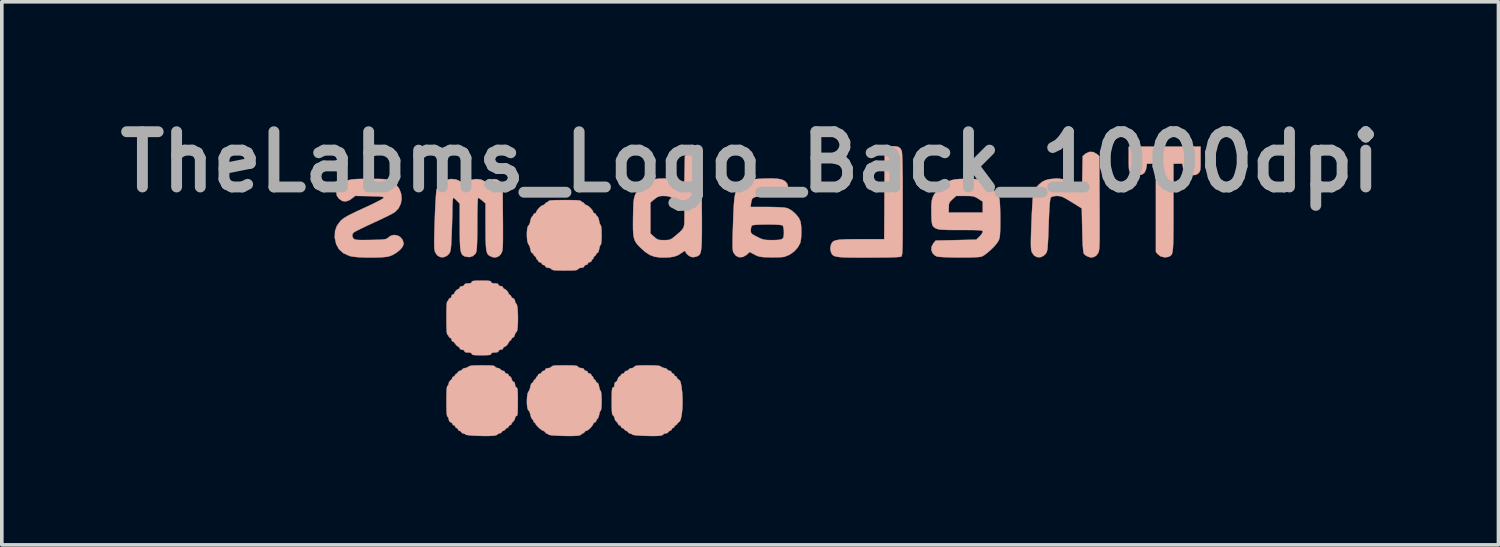
<source format=kicad_pcb>
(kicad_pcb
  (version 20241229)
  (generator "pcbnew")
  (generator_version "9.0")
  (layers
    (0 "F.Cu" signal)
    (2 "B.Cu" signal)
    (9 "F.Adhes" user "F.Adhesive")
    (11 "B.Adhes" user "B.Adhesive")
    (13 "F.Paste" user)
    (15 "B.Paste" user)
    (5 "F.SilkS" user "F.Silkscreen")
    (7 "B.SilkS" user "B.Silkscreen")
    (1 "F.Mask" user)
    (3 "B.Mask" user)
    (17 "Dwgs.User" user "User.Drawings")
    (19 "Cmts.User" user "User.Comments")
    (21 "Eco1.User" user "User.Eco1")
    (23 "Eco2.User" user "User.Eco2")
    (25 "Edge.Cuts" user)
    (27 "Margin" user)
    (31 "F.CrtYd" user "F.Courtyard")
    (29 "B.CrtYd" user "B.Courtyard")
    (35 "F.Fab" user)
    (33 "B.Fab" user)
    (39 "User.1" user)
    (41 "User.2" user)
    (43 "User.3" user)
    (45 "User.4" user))
  (footprint "TheLabms_Logo_Back_1000dpi"
    (layer "F.Cu")
    (at 17.642 3.018)
    (property "Reference" "TheLabms_Logo_Back_1000dpi" (at 0 -1.6 0) (layer "F.Fab") (effects (font (size 1.524 1.524) (thickness 0.3))))
    (attr through_hole)
    (fp_poly (pts (xy 10.444 -1.687) (xy 10.445 -1.549) (xy 10.447 -1.453) (xy 10.453 -1.388) (xy 10.464 -1.346) (xy 10.481 -1.316) (xy 10.502 -1.293) (xy 10.557 -1.254) (xy 10.631 -1.237) (xy 10.683 -1.235) (xy 10.795 -1.249) (xy 10.871 -1.296) (xy 10.915 -1.379) (xy 10.928 -1.441) (xy 10.945 -1.553) (xy 11.193 -1.553) (xy 11.193 0.883) (xy 11.251 0.949) (xy 11.328 1.004) (xy 11.427 1.029) (xy 11.525 1.02) (xy 11.54 1.014) (xy 11.57 1.001) (xy 11.596 0.986) (xy 11.617 0.966) (xy 11.634 0.936) (xy 11.647 0.891) (xy 11.657 0.828) (xy 11.665 0.743) (xy 11.67 0.63) (xy 11.673 0.486) (xy 11.675 0.306) (xy 11.676 0.086) (xy 11.676 -0.178) (xy 11.676 -0.339) (xy 11.676 -1.553) (xy 11.924 -1.553) (xy 11.941 -1.441) (xy 11.972 -1.335) (xy 12.029 -1.27) (xy 12.121 -1.239) (xy 12.186 -1.235) (xy 12.277 -1.243) (xy 12.34 -1.269) (xy 12.367 -1.293) (xy 12.391 -1.32) (xy 12.407 -1.35) (xy 12.417 -1.395) (xy 12.423 -1.463) (xy 12.425 -1.564) (xy 12.425 -1.687) (xy 12.425 -2.022) (xy 10.444 -2.022) (xy 10.444 -1.687)) (stroke (width 0.01) (type solid)) (fill yes) (layer "B.SilkS"))
    (fp_poly (pts (xy 3.862 -2.027) (xy 3.801 -1.995) (xy 3.775 -1.97) (xy 3.713 -1.904) (xy 3.706 -0.687) (xy 3.699 0.53) (xy 3.064 0.53) (xy 2.843 0.531) (xy 2.667 0.533) (xy 2.531 0.539) (xy 2.428 0.549) (xy 2.354 0.564) (xy 2.302 0.585) (xy 2.267 0.614) (xy 2.244 0.651) (xy 2.228 0.693) (xy 2.211 0.781) (xy 2.225 0.867) (xy 2.228 0.876) (xy 2.243 0.917) (xy 2.263 0.95) (xy 2.291 0.977) (xy 2.334 0.998) (xy 2.395 1.013) (xy 2.481 1.024) (xy 2.595 1.031) (xy 2.743 1.035) (xy 2.93 1.037) (xy 3.161 1.037) (xy 3.274 1.037) (xy 3.52 1.036) (xy 3.731 1.034) (xy 3.904 1.03) (xy 4.036 1.025) (xy 4.123 1.018) (xy 4.164 1.011) (xy 4.164 1.011) (xy 4.174 1.003) (xy 4.182 0.987) (xy 4.188 0.961) (xy 4.194 0.92) (xy 4.198 0.86) (xy 4.202 0.777) (xy 4.204 0.667) (xy 4.206 0.527) (xy 4.207 0.351) (xy 4.208 0.136) (xy 4.208 -0.121) (xy 4.208 -0.42) (xy 4.208 -0.773) (xy 4.207 -1.077) (xy 4.204 -1.332) (xy 4.201 -1.539) (xy 4.196 -1.699) (xy 4.191 -1.814) (xy 4.185 -1.884) (xy 4.18 -1.905) (xy 4.142 -1.977) (xy 4.081 -2.018) (xy 3.988 -2.034) (xy 3.948 -2.035) (xy 3.862 -2.027)) (stroke (width 0.01) (type solid)) (fill yes) (layer "B.SilkS"))
    (fp_poly (pts (xy 9.264 -1.836) (xy 9.245 -1.822) (xy 9.174 -1.76) (xy 9.166 -1.314) (xy 9.157 -0.867) (xy 9.051 -0.94) (xy 8.852 -1.055) (xy 8.656 -1.123) (xy 8.458 -1.146) (xy 8.248 -1.124) (xy 8.237 -1.121) (xy 8.136 -1.093) (xy 8.054 -1.05) (xy 7.968 -0.979) (xy 7.964 -0.975) (xy 7.882 -0.886) (xy 7.827 -0.8) (xy 7.815 -0.768) (xy 7.807 -0.72) (xy 7.799 -0.627) (xy 7.789 -0.499) (xy 7.78 -0.343) (xy 7.771 -0.165) (xy 7.763 0.027) (xy 7.761 0.061) (xy 7.753 0.278) (xy 7.748 0.451) (xy 7.745 0.585) (xy 7.745 0.686) (xy 7.748 0.761) (xy 7.753 0.816) (xy 7.761 0.857) (xy 7.772 0.89) (xy 7.773 0.893) (xy 7.831 0.978) (xy 7.911 1.023) (xy 8.002 1.028) (xy 8.091 0.991) (xy 8.155 0.929) (xy 8.171 0.905) (xy 8.183 0.876) (xy 8.194 0.835) (xy 8.202 0.777) (xy 8.209 0.695) (xy 8.216 0.583) (xy 8.223 0.436) (xy 8.23 0.247) (xy 8.234 0.139) (xy 8.243 -0.088) (xy 8.251 -0.269) (xy 8.26 -0.407) (xy 8.269 -0.508) (xy 8.279 -0.575) (xy 8.29 -0.613) (xy 8.295 -0.622) (xy 8.344 -0.651) (xy 8.433 -0.663) (xy 8.461 -0.664) (xy 8.521 -0.661) (xy 8.575 -0.651) (xy 8.635 -0.628) (xy 8.712 -0.588) (xy 8.815 -0.526) (xy 8.871 -0.492) (xy 9.149 -0.32) (xy 9.161 0.277) (xy 9.168 0.505) (xy 9.175 0.683) (xy 9.185 0.813) (xy 9.196 0.896) (xy 9.205 0.928) (xy 9.251 0.974) (xy 9.317 1.01) (xy 9.317 1.01) (xy 9.375 1.029) (xy 9.414 1.034) (xy 9.462 1.024) (xy 9.492 1.016) (xy 9.549 0.979) (xy 9.599 0.912) (xy 9.6 0.91) (xy 9.61 0.888) (xy 9.618 0.859) (xy 9.625 0.821) (xy 9.631 0.768) (xy 9.635 0.696) (xy 9.638 0.602) (xy 9.639 0.479) (xy 9.64 0.325) (xy 9.64 0.135) (xy 9.64 -0.096) (xy 9.638 -0.372) (xy 9.638 -0.469) (xy 9.631 -1.76) (xy 9.56 -1.822) (xy 9.465 -1.874) (xy 9.362 -1.879) (xy 9.264 -1.836)) (stroke (width 0.01) (type solid)) (fill yes) (layer "B.SilkS"))
    (fp_poly (pts (xy -1.709 -1.836) (xy -1.727 -1.822) (xy -1.799 -1.76) (xy -1.807 -1.365) (xy -1.816 -0.969) (xy -1.896 -1.03) (xy -1.994 -1.087) (xy -2.112 -1.123) (xy -2.261 -1.141) (xy -2.396 -1.144) (xy -2.535 -1.139) (xy -2.642 -1.123) (xy -2.735 -1.089) (xy -2.829 -1.032) (xy -2.941 -0.945) (xy -2.95 -0.938) (xy -3.035 -0.866) (xy -3.1 -0.803) (xy -3.148 -0.74) (xy -3.181 -0.669) (xy -3.204 -0.582) (xy -3.217 -0.47) (xy -3.224 -0.325) (xy -3.228 -0.139) (xy -3.229 -0.105) (xy -3.231 0.098) (xy -3.23 0.258) (xy -3.223 0.382) (xy -3.208 0.48) (xy -3.184 0.558) (xy -3.149 0.624) (xy -3.101 0.686) (xy -3.037 0.752) (xy -3.02 0.769) (xy -2.887 0.886) (xy -2.765 0.965) (xy -2.639 1.012) (xy -2.493 1.034) (xy -2.383 1.037) (xy -2.221 1.03) (xy -2.095 1.009) (xy -1.99 0.971) (xy -1.892 0.909) (xy -1.879 0.9) (xy -1.819 0.859) (xy -1.79 0.854) (xy -1.786 0.866) (xy -1.765 0.915) (xy -1.713 0.968) (xy -1.647 1.01) (xy -1.608 1.023) (xy -1.541 1.023) (xy -1.466 1.002) (xy -1.464 1.002) (xy -1.434 0.987) (xy -1.409 0.969) (xy -1.388 0.944) (xy -1.371 0.908) (xy -1.358 0.856) (xy -1.348 0.784) (xy -1.34 0.689) (xy -1.335 0.566) (xy -1.332 0.411) (xy -1.331 0.22) (xy -1.331 -0.01) (xy -1.333 -0.285) (xy -1.333 -0.316) (xy -1.811 -0.316) (xy -1.811 -0.059) (xy -1.812 0.059) (xy -1.819 0.144) (xy -1.838 0.21) (xy -1.875 0.268) (xy -1.937 0.331) (xy -2.029 0.41) (xy -2.064 0.44) (xy -2.139 0.501) (xy -2.195 0.535) (xy -2.252 0.551) (xy -2.33 0.555) (xy -2.375 0.556) (xy -2.47 0.554) (xy -2.533 0.544) (xy -2.583 0.519) (xy -2.638 0.474) (xy -2.65 0.464) (xy -2.751 0.372) (xy -2.751 -0.482) (xy -2.641 -0.573) (xy -2.57 -0.626) (xy -2.51 -0.653) (xy -2.437 -0.663) (xy -2.38 -0.664) (xy -2.289 -0.659) (xy -2.213 -0.641) (xy -2.138 -0.603) (xy -2.054 -0.54) (xy -1.949 -0.445) (xy -1.945 -0.441) (xy -1.811 -0.316) (xy -1.333 -0.316) (xy -1.334 -0.494) (xy -1.341 -1.76) (xy -1.413 -1.822) (xy -1.508 -1.874) (xy -1.611 -1.879) (xy -1.709 -1.836)) (stroke (width 0.01) (type solid)) (fill yes) (layer "B.SilkS"))
    (fp_poly (pts (xy 5.788 -1.131) (xy 5.653 -1.119) (xy 5.545 -1.095) (xy 5.451 -1.054) (xy 5.36 -0.991) (xy 5.258 -0.902) (xy 5.219 -0.864) (xy 5.135 -0.778) (xy 5.074 -0.701) (xy 5.035 -0.622) (xy 5.011 -0.53) (xy 5 -0.412) (xy 4.998 -0.257) (xy 4.998 -0.219) (xy 5.001 -0.068) (xy 5.008 0.041) (xy 5.021 0.117) (xy 5.042 0.168) (xy 5.075 0.203) (xy 5.122 0.231) (xy 5.124 0.232) (xy 5.158 0.246) (xy 5.2 0.257) (xy 5.259 0.265) (xy 5.339 0.27) (xy 5.449 0.274) (xy 5.594 0.276) (xy 5.783 0.276) (xy 5.815 0.276) (xy 6.005 0.276) (xy 6.151 0.277) (xy 6.258 0.28) (xy 6.332 0.283) (xy 6.379 0.289) (xy 6.405 0.298) (xy 6.416 0.309) (xy 6.418 0.322) (xy 6.401 0.366) (xy 6.357 0.425) (xy 6.328 0.455) (xy 6.238 0.543) (xy 5.118 0.568) (xy 5.057 0.64) (xy 5.007 0.731) (xy 5 0.827) (xy 5.033 0.915) (xy 5.102 0.983) (xy 5.149 1.005) (xy 5.203 1.015) (xy 5.298 1.022) (xy 5.424 1.028) (xy 5.572 1.032) (xy 5.732 1.034) (xy 5.894 1.035) (xy 6.048 1.033) (xy 6.184 1.029) (xy 6.293 1.023) (xy 6.366 1.014) (xy 6.38 1.011) (xy 6.447 0.977) (xy 6.533 0.914) (xy 6.628 0.832) (xy 6.72 0.742) (xy 6.796 0.655) (xy 6.847 0.581) (xy 6.853 0.569) (xy 6.87 0.526) (xy 6.882 0.475) (xy 6.891 0.408) (xy 6.896 0.317) (xy 6.899 0.194) (xy 6.9 0.03) (xy 6.9 -0.016) (xy 6.899 -0.175) (xy 6.895 -0.324) (xy 6.889 -0.451) (xy 6.885 -0.506) (xy 6.418 -0.506) (xy 6.418 -0.206) (xy 5.478 -0.206) (xy 5.478 -0.343) (xy 5.482 -0.427) (xy 5.498 -0.482) (xy 5.538 -0.532) (xy 5.58 -0.572) (xy 5.682 -0.664) (xy 5.927 -0.664) (xy 6.043 -0.663) (xy 6.124 -0.657) (xy 6.183 -0.644) (xy 6.236 -0.621) (xy 6.295 -0.585) (xy 6.418 -0.506) (xy 6.885 -0.506) (xy 6.881 -0.547) (xy 6.873 -0.6) (xy 6.842 -0.673) (xy 6.781 -0.756) (xy 6.685 -0.858) (xy 6.674 -0.868) (xy 6.57 -0.966) (xy 6.483 -1.037) (xy 6.4 -1.084) (xy 6.309 -1.113) (xy 6.199 -1.128) (xy 6.057 -1.133) (xy 5.961 -1.133) (xy 5.788 -1.131)) (stroke (width 0.01) (type solid)) (fill yes) (layer "B.SilkS"))
    (fp_poly (pts (xy -10.703 -1.133) (xy -10.852 -1.129) (xy -10.967 -1.12) (xy -11.056 -1.104) (xy -11.127 -1.08) (xy -11.189 -1.045) (xy -11.249 -0.999) (xy -11.293 -0.96) (xy -11.361 -0.892) (xy -11.397 -0.84) (xy -11.411 -0.787) (xy -11.413 -0.755) (xy -11.399 -0.67) (xy -11.349 -0.597) (xy -11.338 -0.585) (xy -11.248 -0.524) (xy -11.15 -0.512) (xy -11.046 -0.551) (xy -10.993 -0.588) (xy -10.896 -0.665) (xy -10.5 -0.658) (xy -10.346 -0.654) (xy -10.236 -0.65) (xy -10.163 -0.643) (xy -10.122 -0.634) (xy -10.106 -0.621) (xy -10.104 -0.615) (xy -10.127 -0.593) (xy -10.193 -0.553) (xy -10.299 -0.498) (xy -10.439 -0.428) (xy -10.612 -0.347) (xy -10.651 -0.33) (xy -10.833 -0.246) (xy -10.975 -0.178) (xy -11.084 -0.123) (xy -11.166 -0.076) (xy -11.227 -0.035) (xy -11.275 0.004) (xy -11.303 0.031) (xy -11.399 0.163) (xy -11.45 0.309) (xy -11.457 0.478) (xy -11.455 0.5) (xy -11.417 0.67) (xy -11.339 0.808) (xy -11.223 0.913) (xy -11.067 0.985) (xy -11.02 0.999) (xy -10.926 1.015) (xy -10.796 1.027) (xy -10.641 1.034) (xy -10.476 1.037) (xy -10.311 1.035) (xy -10.161 1.029) (xy -10.038 1.017) (xy -9.963 1.004) (xy -9.853 0.961) (xy -9.748 0.897) (xy -9.656 0.82) (xy -9.59 0.741) (xy -9.559 0.668) (xy -9.558 0.654) (xy -9.582 0.558) (xy -9.643 0.477) (xy -9.723 0.429) (xy -9.83 0.413) (xy -9.926 0.443) (xy -9.986 0.489) (xy -10.011 0.509) (xy -10.042 0.523) (xy -10.087 0.534) (xy -10.154 0.541) (xy -10.252 0.546) (xy -10.388 0.549) (xy -10.471 0.551) (xy -10.631 0.553) (xy -10.748 0.553) (xy -10.83 0.55) (xy -10.884 0.543) (xy -10.918 0.533) (xy -10.939 0.517) (xy -10.977 0.451) (xy -10.966 0.382) (xy -10.935 0.345) (xy -10.899 0.322) (xy -10.825 0.283) (xy -10.718 0.23) (xy -10.588 0.168) (xy -10.441 0.099) (xy -10.384 0.073) (xy -10.23 0.002) (xy -10.087 -0.067) (xy -9.963 -0.128) (xy -9.867 -0.178) (xy -9.806 -0.214) (xy -9.795 -0.221) (xy -9.696 -0.326) (xy -9.636 -0.451) (xy -9.614 -0.589) (xy -9.629 -0.728) (xy -9.68 -0.86) (xy -9.764 -0.975) (xy -9.882 -1.064) (xy -9.911 -1.079) (xy -9.957 -1.098) (xy -10.004 -1.113) (xy -10.061 -1.122) (xy -10.137 -1.128) (xy -10.24 -1.132) (xy -10.379 -1.133) (xy -10.511 -1.133) (xy -10.703 -1.133)) (stroke (width 0.01) (type solid)) (fill yes) (layer "B.SilkS"))
    (fp_poly (pts (xy -8.38 -1.105) (xy -8.5 -1.042) (xy -8.595 -0.946) (xy -8.644 -0.854) (xy -8.653 -0.807) (xy -8.663 -0.715) (xy -8.672 -0.582) (xy -8.682 -0.414) (xy -8.691 -0.217) (xy -8.699 0.004) (xy -8.699 0.011) (xy -8.706 0.237) (xy -8.711 0.418) (xy -8.714 0.559) (xy -8.714 0.668) (xy -8.712 0.749) (xy -8.707 0.808) (xy -8.699 0.851) (xy -8.689 0.885) (xy -8.686 0.894) (xy -8.628 0.978) (xy -8.548 1.023) (xy -8.457 1.027) (xy -8.368 0.991) (xy -8.305 0.93) (xy -8.285 0.899) (xy -8.271 0.859) (xy -8.259 0.803) (xy -8.25 0.723) (xy -8.243 0.61) (xy -8.236 0.455) (xy -8.234 0.422) (xy -8.228 0.249) (xy -8.222 0.065) (xy -8.217 -0.11) (xy -8.214 -0.26) (xy -8.214 -0.314) (xy -8.211 -0.436) (xy -8.205 -0.532) (xy -8.197 -0.594) (xy -8.188 -0.613) (xy -8.157 -0.596) (xy -8.109 -0.553) (xy -8.087 -0.53) (xy -8.009 -0.448) (xy -8.009 0.182) (xy -8.008 0.402) (xy -8.006 0.577) (xy -8 0.713) (xy -7.99 0.815) (xy -7.975 0.888) (xy -7.953 0.939) (xy -7.924 0.974) (xy -7.886 0.997) (xy -7.849 1.011) (xy -7.743 1.024) (xy -7.649 0.996) (xy -7.579 0.932) (xy -7.555 0.885) (xy -7.545 0.828) (xy -7.537 0.721) (xy -7.531 0.567) (xy -7.528 0.366) (xy -7.526 0.121) (xy -7.526 0.095) (xy -7.526 -0.122) (xy -7.523 -0.303) (xy -7.519 -0.446) (xy -7.514 -0.547) (xy -7.507 -0.602) (xy -7.502 -0.613) (xy -7.47 -0.597) (xy -7.416 -0.558) (xy -7.388 -0.534) (xy -7.298 -0.455) (xy -7.298 0.173) (xy -7.297 0.393) (xy -7.295 0.568) (xy -7.289 0.703) (xy -7.28 0.804) (xy -7.266 0.878) (xy -7.246 0.93) (xy -7.219 0.965) (xy -7.185 0.989) (xy -7.155 1.003) (xy -7.093 1.027) (xy -7.049 1.033) (xy -6.997 1.024) (xy -6.968 1.016) (xy -6.91 0.98) (xy -6.86 0.913) (xy -6.859 0.91) (xy -6.847 0.883) (xy -6.838 0.85) (xy -6.83 0.806) (xy -6.825 0.745) (xy -6.821 0.661) (xy -6.819 0.55) (xy -6.819 0.407) (xy -6.819 0.224) (xy -6.82 -0.001) (xy -6.821 -0.085) (xy -6.828 -0.993) (xy -6.894 -1.059) (xy -6.979 -1.114) (xy -7.075 -1.129) (xy -7.165 -1.104) (xy -7.202 -1.077) (xy -7.247 -1.042) (xy -7.28 -1.041) (xy -7.31 -1.06) (xy -7.423 -1.114) (xy -7.554 -1.129) (xy -7.687 -1.107) (xy -7.807 -1.048) (xy -7.81 -1.046) (xy -7.881 -0.993) (xy -7.984 -1.06) (xy -8.111 -1.117) (xy -8.247 -1.131) (xy -8.38 -1.105)) (stroke (width 0.01) (type solid)) (fill yes) (layer "B.SilkS"))
    (fp_poly (pts (xy 0.437 -1.144) (xy 0.351 -1.141) (xy 0.169 -1.13) (xy 0.027 -1.11) (xy -0.085 -1.077) (xy -0.176 -1.03) (xy -0.257 -0.963) (xy -0.28 -0.94) (xy -0.324 -0.891) (xy -0.359 -0.844) (xy -0.387 -0.791) (xy -0.409 -0.727) (xy -0.426 -0.646) (xy -0.439 -0.542) (xy -0.449 -0.407) (xy -0.458 -0.237) (xy -0.466 -0.025) (xy -0.47 0.088) (xy -0.477 0.304) (xy -0.482 0.475) (xy -0.484 0.608) (xy -0.485 0.708) (xy -0.482 0.781) (xy -0.477 0.834) (xy -0.469 0.871) (xy -0.458 0.9) (xy -0.454 0.909) (xy -0.388 0.989) (xy -0.303 1.027) (xy -0.207 1.021) (xy -0.11 0.971) (xy -0.081 0.946) (xy -0.014 0.882) (xy 0.122 0.954) (xy 0.185 0.985) (xy 0.242 1.006) (xy 0.306 1.018) (xy 0.39 1.026) (xy 0.508 1.029) (xy 0.564 1.03) (xy 0.691 1.031) (xy 0.806 1.028) (xy 0.896 1.022) (xy 0.945 1.015) (xy 1.084 0.959) (xy 1.211 0.871) (xy 1.313 0.76) (xy 1.379 0.639) (xy 1.387 0.615) (xy 1.404 0.515) (xy 1.412 0.386) (xy 1.412 0.344) (xy 0.932 0.344) (xy 0.929 0.43) (xy 0.915 0.489) (xy 0.882 0.525) (xy 0.822 0.545) (xy 0.727 0.553) (xy 0.607 0.555) (xy 0.491 0.554) (xy 0.408 0.547) (xy 0.338 0.531) (xy 0.264 0.501) (xy 0.195 0.466) (xy 0.106 0.42) (xy 0.053 0.387) (xy 0.027 0.356) (xy 0.018 0.317) (xy 0.017 0.281) (xy 0.025 0.21) (xy 0.044 0.159) (xy 0.048 0.154) (xy 0.083 0.141) (xy 0.161 0.132) (xy 0.283 0.126) (xy 0.452 0.124) (xy 0.475 0.124) (xy 0.65 0.125) (xy 0.777 0.131) (xy 0.859 0.14) (xy 0.899 0.153) (xy 0.901 0.154) (xy 0.918 0.196) (xy 0.929 0.271) (xy 0.932 0.344) (xy 1.412 0.344) (xy 1.412 0.248) (xy 1.402 0.121) (xy 1.386 0.035) (xy 1.341 -0.061) (xy 1.261 -0.159) (xy 1.163 -0.248) (xy 1.06 -0.311) (xy 1.018 -0.328) (xy 0.945 -0.34) (xy 0.827 -0.35) (xy 0.669 -0.356) (xy 0.478 -0.359) (xy 0.462 -0.359) (xy 0.011 -0.359) (xy 0.025 -0.464) (xy 0.036 -0.529) (xy 0.053 -0.576) (xy 0.085 -0.61) (xy 0.137 -0.633) (xy 0.217 -0.647) (xy 0.333 -0.656) (xy 0.491 -0.662) (xy 0.526 -0.664) (xy 0.679 -0.669) (xy 0.789 -0.674) (xy 0.866 -0.681) (xy 0.918 -0.691) (xy 0.952 -0.705) (xy 0.978 -0.724) (xy 0.988 -0.734) (xy 1.037 -0.815) (xy 1.047 -0.911) (xy 1.02 -1.003) (xy 0.976 -1.058) (xy 0.919 -1.096) (xy 0.844 -1.122) (xy 0.744 -1.138) (xy 0.61 -1.145) (xy 0.437 -1.144)) (stroke (width 0.01) (type solid)) (fill yes) (layer "B.SilkS"))
    (fp_poly (pts (xy -2.978 4.011) (xy -3.077 4.014) (xy -3.141 4.021) (xy -3.176 4.032) (xy -3.192 4.047) (xy -3.192 4.048) (xy -3.226 4.078) (xy -3.268 4.086) (xy -3.321 4.1) (xy -3.345 4.124) (xy -3.379 4.156) (xy -3.411 4.162) (xy -3.453 4.178) (xy -3.462 4.2) (xy -3.484 4.232) (xy -3.513 4.239) (xy -3.555 4.254) (xy -3.564 4.277) (xy -3.583 4.31) (xy -3.6 4.315) (xy -3.63 4.337) (xy -3.653 4.39) (xy -3.653 4.391) (xy -3.675 4.444) (xy -3.705 4.467) (xy -3.706 4.467) (xy -3.734 4.49) (xy -3.742 4.543) (xy -3.753 4.604) (xy -3.78 4.62) (xy -3.795 4.627) (xy -3.805 4.652) (xy -3.812 4.703) (xy -3.816 4.787) (xy -3.818 4.911) (xy -3.818 4.998) (xy -3.817 5.148) (xy -3.814 5.255) (xy -3.809 5.326) (xy -3.8 5.367) (xy -3.786 5.387) (xy -3.78 5.391) (xy -3.75 5.425) (xy -3.742 5.464) (xy -3.722 5.524) (xy -3.691 5.559) (xy -3.652 5.6) (xy -3.64 5.629) (xy -3.62 5.657) (xy -3.602 5.661) (xy -3.568 5.681) (xy -3.564 5.699) (xy -3.544 5.733) (xy -3.525 5.737) (xy -3.483 5.758) (xy -3.472 5.775) (xy -3.439 5.809) (xy -3.421 5.813) (xy -3.381 5.834) (xy -3.37 5.851) (xy -3.335 5.884) (xy -3.309 5.89) (xy -3.266 5.903) (xy -3.254 5.918) (xy -3.227 5.928) (xy -3.159 5.938) (xy -3.062 5.946) (xy -2.946 5.952) (xy -2.822 5.956) (xy -2.7 5.958) (xy -2.59 5.957) (xy -2.504 5.952) (xy -2.478 5.949) (xy -2.422 5.935) (xy -2.396 5.915) (xy -2.396 5.913) (xy -2.374 5.895) (xy -2.335 5.89) (xy -2.282 5.875) (xy -2.259 5.851) (xy -2.225 5.818) (xy -2.206 5.813) (xy -2.172 5.793) (xy -2.167 5.775) (xy -2.147 5.742) (xy -2.129 5.737) (xy -2.095 5.717) (xy -2.091 5.699) (xy -2.07 5.665) (xy -2.053 5.661) (xy -2.019 5.642) (xy -2.015 5.626) (xy -1.993 5.591) (xy -1.967 5.578) (xy -1.935 5.545) (xy -1.908 5.47) (xy -1.887 5.361) (xy -1.872 5.226) (xy -1.865 5.075) (xy -1.866 4.914) (xy -1.875 4.753) (xy -1.892 4.615) (xy -1.91 4.511) (xy -1.929 4.447) (xy -1.952 4.416) (xy -1.968 4.408) (xy -2.007 4.379) (xy -2.015 4.355) (xy -2.034 4.32) (xy -2.053 4.315) (xy -2.086 4.294) (xy -2.091 4.277) (xy -2.111 4.243) (xy -2.129 4.239) (xy -2.163 4.218) (xy -2.167 4.2) (xy -2.188 4.169) (xy -2.219 4.162) (xy -2.267 4.146) (xy -2.285 4.124) (xy -2.319 4.094) (xy -2.358 4.086) (xy -2.422 4.07) (xy -2.455 4.048) (xy -2.482 4.032) (xy -2.531 4.021) (xy -2.608 4.014) (xy -2.722 4.011) (xy -2.836 4.01) (xy -2.978 4.011)) (stroke (width 0.01) (type solid)) (fill yes) (layer "B.SilkS"))
    (fp_poly (pts (xy -7.538 4.011) (xy -7.642 4.015) (xy -7.711 4.023) (xy -7.753 4.036) (xy -7.771 4.048) (xy -7.827 4.079) (xy -7.868 4.086) (xy -7.92 4.101) (xy -7.942 4.124) (xy -7.976 4.156) (xy -8.008 4.162) (xy -8.05 4.178) (xy -8.06 4.2) (xy -8.08 4.234) (xy -8.098 4.239) (xy -8.132 4.259) (xy -8.136 4.277) (xy -8.156 4.31) (xy -8.174 4.315) (xy -8.208 4.335) (xy -8.212 4.353) (xy -8.232 4.395) (xy -8.263 4.422) (xy -8.303 4.469) (xy -8.314 4.509) (xy -8.327 4.558) (xy -8.346 4.575) (xy -8.358 4.594) (xy -8.367 4.643) (xy -8.373 4.727) (xy -8.376 4.853) (xy -8.377 5.001) (xy -8.376 5.166) (xy -8.373 5.287) (xy -8.366 5.367) (xy -8.357 5.412) (xy -8.346 5.426) (xy -8.321 5.457) (xy -8.314 5.5) (xy -8.296 5.558) (xy -8.263 5.577) (xy -8.222 5.603) (xy -8.212 5.626) (xy -8.192 5.657) (xy -8.174 5.661) (xy -8.14 5.681) (xy -8.136 5.699) (xy -8.116 5.733) (xy -8.098 5.737) (xy -8.064 5.758) (xy -8.06 5.775) (xy -8.039 5.809) (xy -8.021 5.813) (xy -7.979 5.834) (xy -7.967 5.851) (xy -7.933 5.884) (xy -7.907 5.89) (xy -7.863 5.903) (xy -7.851 5.918) (xy -7.824 5.928) (xy -7.757 5.938) (xy -7.659 5.946) (xy -7.542 5.952) (xy -7.415 5.956) (xy -7.29 5.958) (xy -7.177 5.956) (xy -7.086 5.951) (xy -7.063 5.949) (xy -7.002 5.936) (xy -6.969 5.918) (xy -6.968 5.913) (xy -6.946 5.894) (xy -6.92 5.89) (xy -6.872 5.872) (xy -6.857 5.851) (xy -6.824 5.818) (xy -6.806 5.813) (xy -6.766 5.793) (xy -6.755 5.775) (xy -6.721 5.742) (xy -6.702 5.737) (xy -6.668 5.717) (xy -6.663 5.699) (xy -6.642 5.665) (xy -6.625 5.661) (xy -6.591 5.644) (xy -6.587 5.629) (xy -6.568 5.59) (xy -6.536 5.559) (xy -6.496 5.508) (xy -6.485 5.465) (xy -6.471 5.418) (xy -6.447 5.407) (xy -6.432 5.4) (xy -6.422 5.375) (xy -6.415 5.325) (xy -6.411 5.242) (xy -6.409 5.121) (xy -6.409 5.013) (xy -6.409 4.861) (xy -6.412 4.753) (xy -6.417 4.682) (xy -6.425 4.641) (xy -6.437 4.623) (xy -6.447 4.62) (xy -6.477 4.597) (xy -6.485 4.543) (xy -6.496 4.483) (xy -6.524 4.467) (xy -6.557 4.444) (xy -6.578 4.391) (xy -6.598 4.338) (xy -6.627 4.315) (xy -6.628 4.315) (xy -6.659 4.294) (xy -6.663 4.277) (xy -6.684 4.246) (xy -6.714 4.239) (xy -6.755 4.223) (xy -6.764 4.2) (xy -6.786 4.169) (xy -6.816 4.162) (xy -6.865 4.146) (xy -6.882 4.124) (xy -6.916 4.095) (xy -6.958 4.086) (xy -7.011 4.072) (xy -7.035 4.048) (xy -7.049 4.032) (xy -7.083 4.021) (xy -7.145 4.015) (xy -7.242 4.011) (xy -7.382 4.01) (xy -7.391 4.01) (xy -7.538 4.011)) (stroke (width 0.01) (type solid)) (fill yes) (layer "B.SilkS"))
    (fp_poly (pts (xy -5.284 -0.548) (xy -5.41 -0.545) (xy -5.495 -0.539) (xy -5.544 -0.53) (xy -5.564 -0.518) (xy -5.564 -0.518) (xy -5.595 -0.488) (xy -5.608 -0.486) (xy -5.645 -0.465) (xy -5.656 -0.448) (xy -5.691 -0.414) (xy -5.711 -0.41) (xy -5.753 -0.391) (xy -5.808 -0.345) (xy -5.86 -0.288) (xy -5.895 -0.236) (xy -5.901 -0.213) (xy -5.921 -0.185) (xy -5.939 -0.181) (xy -5.973 -0.162) (xy -5.977 -0.146) (xy -5.997 -0.106) (xy -6.011 -0.097) (xy -6.036 -0.066) (xy -6.056 -0.003) (xy -6.06 0.024) (xy -6.078 0.096) (xy -6.105 0.147) (xy -6.115 0.155) (xy -6.137 0.192) (xy -6.151 0.265) (xy -6.158 0.36) (xy -6.157 0.462) (xy -6.149 0.558) (xy -6.133 0.633) (xy -6.114 0.669) (xy -6.084 0.72) (xy -6.063 0.794) (xy -6.06 0.81) (xy -6.043 0.88) (xy -6.016 0.911) (xy -6.012 0.911) (xy -5.98 0.931) (xy -5.977 0.947) (xy -5.957 0.986) (xy -5.939 0.997) (xy -5.905 1.031) (xy -5.901 1.05) (xy -5.887 1.084) (xy -5.875 1.089) (xy -5.853 1.11) (xy -5.85 1.127) (xy -5.829 1.158) (xy -5.799 1.165) (xy -5.758 1.181) (xy -5.748 1.203) (xy -5.727 1.234) (xy -5.698 1.241) (xy -5.656 1.257) (xy -5.647 1.28) (xy -5.624 1.31) (xy -5.57 1.318) (xy -5.508 1.33) (xy -5.478 1.356) (xy -5.464 1.371) (xy -5.43 1.382) (xy -5.369 1.389) (xy -5.273 1.393) (xy -5.135 1.394) (xy -5.113 1.394) (xy -4.969 1.393) (xy -4.868 1.39) (xy -4.803 1.383) (xy -4.766 1.373) (xy -4.75 1.358) (xy -4.749 1.356) (xy -4.714 1.327) (xy -4.657 1.318) (xy -4.596 1.306) (xy -4.58 1.28) (xy -4.559 1.248) (xy -4.529 1.241) (xy -4.488 1.226) (xy -4.478 1.203) (xy -4.457 1.172) (xy -4.428 1.165) (xy -4.386 1.149) (xy -4.377 1.127) (xy -4.363 1.093) (xy -4.351 1.089) (xy -4.329 1.068) (xy -4.326 1.05) (xy -4.305 1.008) (xy -4.288 0.997) (xy -4.254 0.965) (xy -4.25 0.947) (xy -4.23 0.915) (xy -4.215 0.911) (xy -4.188 0.887) (xy -4.168 0.821) (xy -4.166 0.804) (xy -4.151 0.736) (xy -4.132 0.693) (xy -4.124 0.687) (xy -4.111 0.658) (xy -4.102 0.584) (xy -4.098 0.47) (xy -4.097 0.416) (xy -4.1 0.288) (xy -4.107 0.198) (xy -4.119 0.15) (xy -4.124 0.144) (xy -4.144 0.116) (xy -4.161 0.055) (xy -4.166 0.026) (xy -4.182 -0.044) (xy -4.206 -0.09) (xy -4.215 -0.097) (xy -4.247 -0.13) (xy -4.25 -0.146) (xy -4.27 -0.177) (xy -4.288 -0.181) (xy -4.322 -0.198) (xy -4.326 -0.213) (xy -4.344 -0.257) (xy -4.388 -0.313) (xy -4.443 -0.367) (xy -4.494 -0.403) (xy -4.516 -0.41) (xy -4.56 -0.43) (xy -4.571 -0.448) (xy -4.602 -0.481) (xy -4.619 -0.486) (xy -4.656 -0.506) (xy -4.663 -0.518) (xy -4.68 -0.53) (xy -4.728 -0.539) (xy -4.811 -0.545) (xy -4.934 -0.548) (xy -5.102 -0.549) (xy -5.113 -0.549) (xy -5.284 -0.548)) (stroke (width 0.01) (type solid)) (fill yes) (layer "B.SilkS"))
    (fp_poly (pts (xy -5.258 4.011) (xy -5.358 4.014) (xy -5.424 4.02) (xy -5.461 4.031) (xy -5.477 4.046) (xy -5.478 4.048) (xy -5.513 4.077) (xy -5.57 4.086) (xy -5.631 4.097) (xy -5.647 4.124) (xy -5.668 4.155) (xy -5.698 4.162) (xy -5.739 4.178) (xy -5.748 4.2) (xy -5.77 4.232) (xy -5.799 4.239) (xy -5.841 4.254) (xy -5.85 4.277) (xy -5.864 4.311) (xy -5.875 4.315) (xy -5.898 4.335) (xy -5.901 4.35) (xy -5.921 4.389) (xy -5.939 4.4) (xy -5.973 4.434) (xy -5.977 4.454) (xy -5.995 4.488) (xy -6.012 4.493) (xy -6.039 4.516) (xy -6.058 4.581) (xy -6.06 4.594) (xy -6.079 4.669) (xy -6.108 4.728) (xy -6.114 4.735) (xy -6.136 4.781) (xy -6.15 4.861) (xy -6.157 4.958) (xy -6.157 5.06) (xy -6.149 5.152) (xy -6.134 5.22) (xy -6.116 5.248) (xy -6.087 5.286) (xy -6.065 5.352) (xy -6.061 5.37) (xy -6.043 5.439) (xy -6.018 5.485) (xy -6.011 5.491) (xy -5.98 5.53) (xy -5.977 5.548) (xy -5.963 5.581) (xy -5.952 5.585) (xy -5.927 5.604) (xy -5.926 5.609) (xy -5.908 5.645) (xy -5.863 5.697) (xy -5.805 5.751) (xy -5.749 5.795) (xy -5.71 5.813) (xy -5.709 5.813) (xy -5.667 5.834) (xy -5.656 5.851) (xy -5.625 5.885) (xy -5.608 5.89) (xy -5.571 5.908) (xy -5.565 5.918) (xy -5.538 5.929) (xy -5.47 5.938) (xy -5.372 5.946) (xy -5.254 5.952) (xy -5.126 5.956) (xy -4.999 5.958) (xy -4.882 5.957) (xy -4.787 5.952) (xy -4.751 5.949) (xy -4.69 5.936) (xy -4.658 5.918) (xy -4.656 5.913) (xy -4.636 5.892) (xy -4.621 5.89) (xy -4.582 5.869) (xy -4.571 5.851) (xy -4.536 5.818) (xy -4.516 5.813) (xy -4.474 5.795) (xy -4.419 5.749) (xy -4.367 5.692) (xy -4.332 5.639) (xy -4.326 5.617) (xy -4.306 5.589) (xy -4.288 5.585) (xy -4.254 5.565) (xy -4.25 5.548) (xy -4.23 5.503) (xy -4.216 5.491) (xy -4.19 5.454) (xy -4.169 5.389) (xy -4.165 5.369) (xy -4.149 5.303) (xy -4.129 5.263) (xy -4.123 5.259) (xy -4.111 5.231) (xy -4.103 5.166) (xy -4.098 5.076) (xy -4.097 4.975) (xy -4.1 4.875) (xy -4.106 4.79) (xy -4.115 4.733) (xy -4.124 4.716) (xy -4.144 4.688) (xy -4.161 4.627) (xy -4.166 4.6) (xy -4.184 4.526) (xy -4.209 4.494) (xy -4.215 4.493) (xy -4.246 4.472) (xy -4.25 4.457) (xy -4.27 4.418) (xy -4.288 4.407) (xy -4.322 4.373) (xy -4.326 4.354) (xy -4.339 4.319) (xy -4.351 4.315) (xy -4.374 4.294) (xy -4.377 4.277) (xy -4.398 4.246) (xy -4.428 4.239) (xy -4.469 4.223) (xy -4.478 4.2) (xy -4.5 4.169) (xy -4.529 4.162) (xy -4.571 4.147) (xy -4.58 4.124) (xy -4.602 4.094) (xy -4.657 4.086) (xy -4.719 4.074) (xy -4.749 4.048) (xy -4.763 4.032) (xy -4.797 4.022) (xy -4.858 4.015) (xy -4.954 4.011) (xy -5.092 4.01) (xy -5.113 4.01) (xy -5.258 4.011)) (stroke (width 0.01) (type solid)) (fill yes) (layer "B.SilkS"))
    (fp_poly (pts (xy -7.534 1.674) (xy -7.613 1.679) (xy -7.658 1.687) (xy -7.677 1.701) (xy -7.679 1.711) (xy -7.696 1.738) (xy -7.751 1.749) (xy -7.78 1.749) (xy -7.851 1.756) (xy -7.88 1.777) (xy -7.882 1.788) (xy -7.904 1.818) (xy -7.946 1.826) (xy -7.997 1.839) (xy -8.009 1.864) (xy -8.026 1.897) (xy -8.041 1.902) (xy -8.082 1.921) (xy -8.127 1.964) (xy -8.158 2.012) (xy -8.161 2.029) (xy -8.182 2.051) (xy -8.2 2.054) (xy -8.231 2.075) (xy -8.238 2.105) (xy -8.253 2.146) (xy -8.276 2.156) (xy -8.309 2.175) (xy -8.314 2.192) (xy -8.333 2.231) (xy -8.346 2.238) (xy -8.358 2.256) (xy -8.367 2.303) (xy -8.373 2.385) (xy -8.376 2.507) (xy -8.377 2.674) (xy -8.377 2.702) (xy -8.376 2.876) (xy -8.373 3.003) (xy -8.368 3.091) (xy -8.359 3.143) (xy -8.348 3.165) (xy -8.346 3.165) (xy -8.317 3.197) (xy -8.314 3.212) (xy -8.293 3.244) (xy -8.276 3.248) (xy -8.245 3.269) (xy -8.238 3.299) (xy -8.224 3.34) (xy -8.204 3.35) (xy -8.168 3.37) (xy -8.136 3.413) (xy -8.095 3.465) (xy -8.056 3.491) (xy -8.017 3.519) (xy -8.009 3.542) (xy -7.987 3.571) (xy -7.946 3.578) (xy -7.894 3.591) (xy -7.882 3.616) (xy -7.865 3.643) (xy -7.81 3.654) (xy -7.78 3.654) (xy -7.71 3.661) (xy -7.681 3.682) (xy -7.679 3.692) (xy -7.671 3.71) (xy -7.641 3.721) (xy -7.581 3.728) (xy -7.482 3.73) (xy -7.412 3.731) (xy -7.29 3.729) (xy -7.211 3.725) (xy -7.166 3.717) (xy -7.148 3.703) (xy -7.145 3.692) (xy -7.129 3.666) (xy -7.073 3.655) (xy -7.044 3.654) (xy -6.973 3.648) (xy -6.944 3.627) (xy -6.942 3.616) (xy -6.92 3.586) (xy -6.879 3.578) (xy -6.828 3.565) (xy -6.815 3.54) (xy -6.798 3.506) (xy -6.783 3.502) (xy -6.739 3.481) (xy -6.691 3.43) (xy -6.656 3.368) (xy -6.629 3.331) (xy -6.613 3.324) (xy -6.59 3.304) (xy -6.587 3.286) (xy -6.566 3.253) (xy -6.548 3.248) (xy -6.515 3.225) (xy -6.494 3.173) (xy -6.473 3.116) (xy -6.444 3.085) (xy -6.428 3.055) (xy -6.417 2.985) (xy -6.409 2.887) (xy -6.405 2.771) (xy -6.405 2.649) (xy -6.41 2.532) (xy -6.417 2.43) (xy -6.429 2.356) (xy -6.444 2.319) (xy -6.447 2.317) (xy -6.476 2.284) (xy -6.485 2.24) (xy -6.503 2.182) (xy -6.536 2.163) (xy -6.577 2.139) (xy -6.587 2.117) (xy -6.607 2.081) (xy -6.625 2.07) (xy -6.658 2.044) (xy -6.663 2.03) (xy -6.681 1.986) (xy -6.722 1.938) (xy -6.767 1.906) (xy -6.783 1.902) (xy -6.811 1.881) (xy -6.815 1.864) (xy -6.837 1.833) (xy -6.879 1.826) (xy -6.93 1.812) (xy -6.942 1.788) (xy -6.959 1.761) (xy -7.015 1.75) (xy -7.044 1.749) (xy -7.114 1.743) (xy -7.144 1.722) (xy -7.145 1.711) (xy -7.154 1.694) (xy -7.184 1.683) (xy -7.244 1.676) (xy -7.342 1.674) (xy -7.412 1.673) (xy -7.534 1.674)) (stroke (width 0.01) (type solid)) (fill yes) (layer "B.SilkS")))
  (gr_rect
    (start -3 -3)
    (end 38.284 11.981)
    (stroke (width 0.1) (type default))
    (fill no)
    (layer "Edge.Cuts")))
</source>
